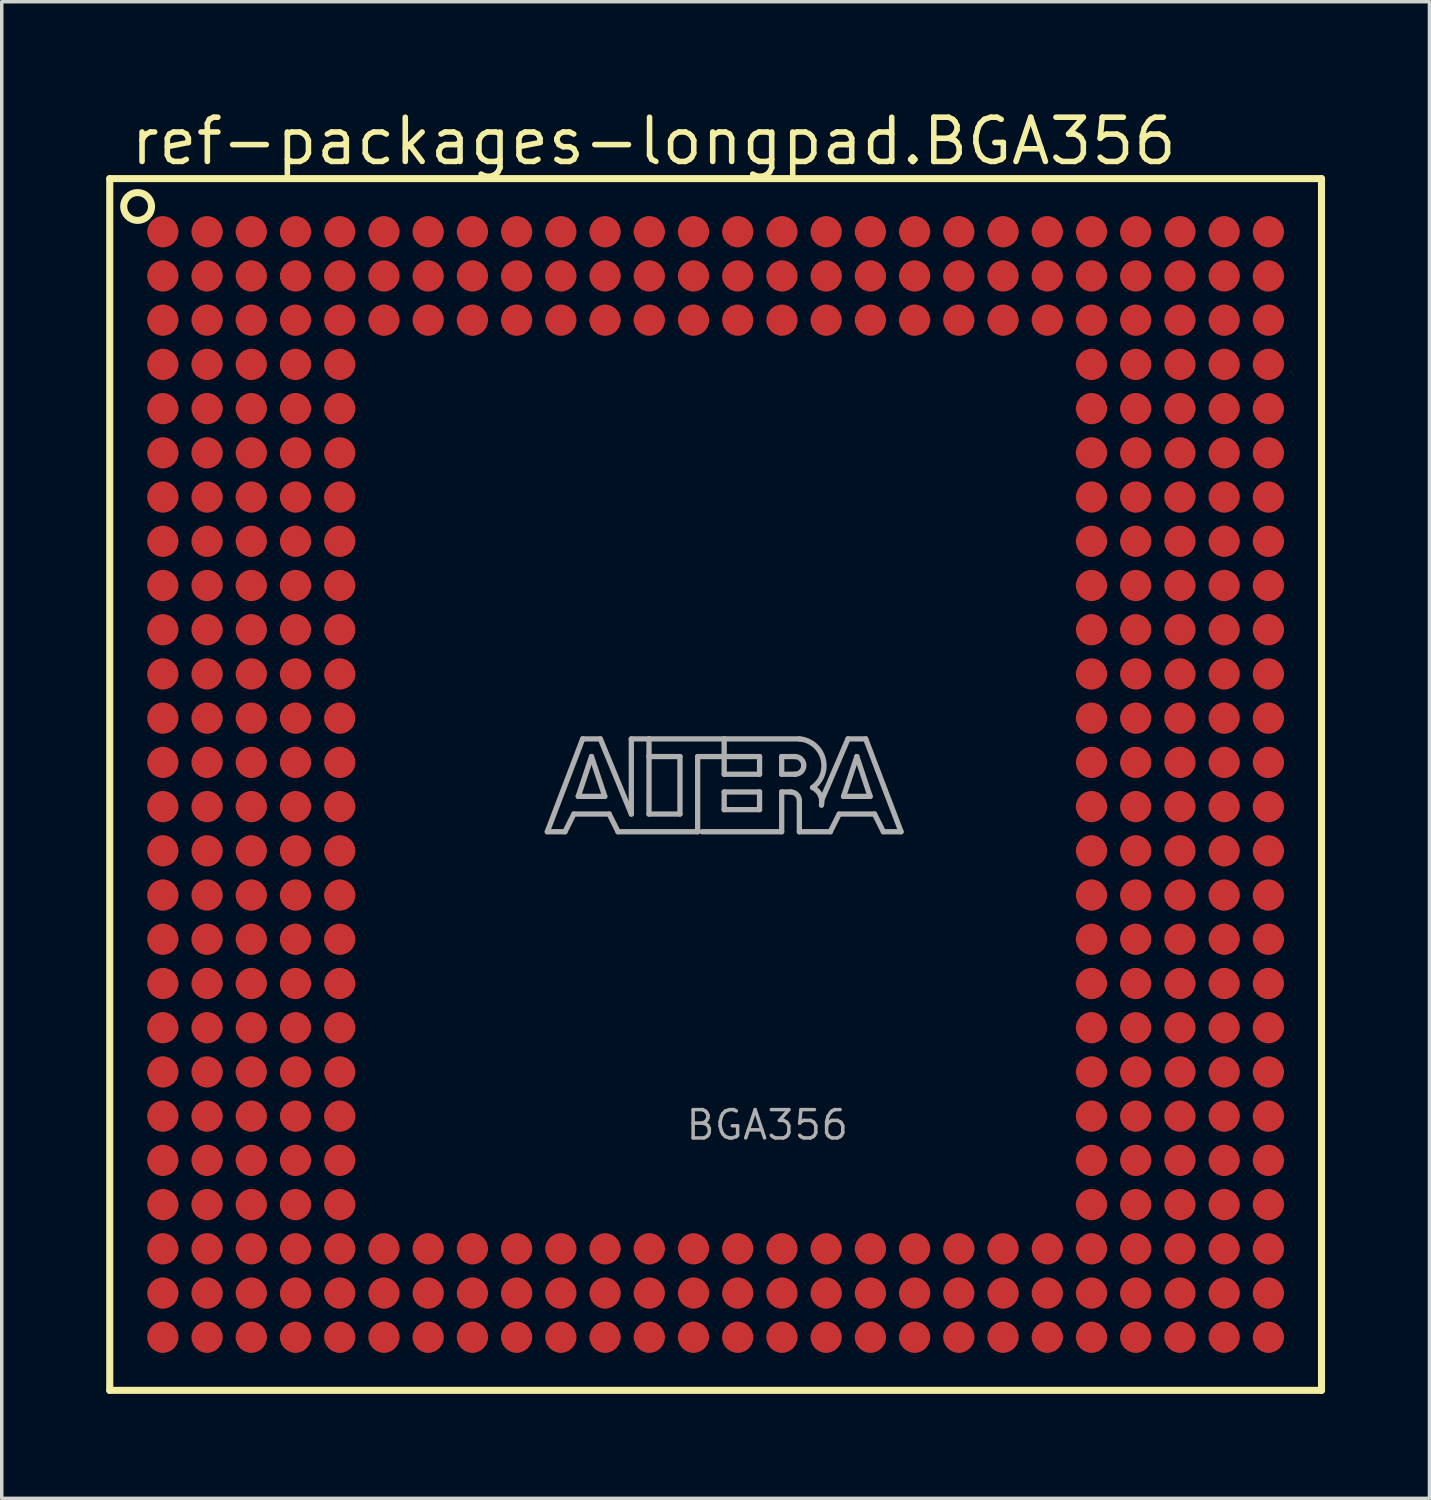
<source format=kicad_pcb>
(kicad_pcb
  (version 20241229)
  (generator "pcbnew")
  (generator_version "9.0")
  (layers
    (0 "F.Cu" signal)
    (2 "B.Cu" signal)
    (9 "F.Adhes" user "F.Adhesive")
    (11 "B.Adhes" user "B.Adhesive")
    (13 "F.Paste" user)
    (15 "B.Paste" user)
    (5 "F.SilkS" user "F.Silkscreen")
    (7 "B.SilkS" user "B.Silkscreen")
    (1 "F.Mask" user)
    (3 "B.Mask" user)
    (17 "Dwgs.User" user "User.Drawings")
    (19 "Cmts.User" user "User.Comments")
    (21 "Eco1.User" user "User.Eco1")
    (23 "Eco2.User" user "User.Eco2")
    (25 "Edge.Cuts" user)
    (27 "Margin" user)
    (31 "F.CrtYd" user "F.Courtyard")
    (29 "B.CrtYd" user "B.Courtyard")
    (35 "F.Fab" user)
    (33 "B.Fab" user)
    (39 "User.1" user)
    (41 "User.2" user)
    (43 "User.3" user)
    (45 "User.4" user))
  (footprint "ref-packages-longpad.BGA356"
    (layer "F.Cu")
    (at 17.502 19.48)
    (property "Reference" "ref-packages-longpad.BGA356" (at -16.88 -17.73 0) (layer "F.SilkS") (effects (font (size 1.27 1.27) (thickness 0.16)) (justify left bottom)))
    (attr smd)
    (fp_line (start -17.4 -17.4) (end -17.4 17.4) (stroke (width 0.203) (type default)) (layer "F.SilkS"))
    (fp_line (start -17.4 17.4) (end 17.4 17.4) (stroke (width 0.203) (type default)) (layer "F.SilkS"))
    (fp_line (start 17.4 -17.4) (end -17.4 -17.4) (stroke (width 0.203) (type default)) (layer "F.SilkS"))
    (fp_line (start 17.4 17.4) (end 17.4 -17.4) (stroke (width 0.203) (type default)) (layer "F.SilkS"))
    (fp_circle (center -16.6 -16.6) (end -16.2 -16.6) (stroke (width 0.203) (type default)) (fill no) (layer "F.SilkS"))
    (fp_line (start -4.834 1.357) (end -3.818 -1.31) (stroke (width 0.152) (type default)) (layer "F.Fab"))
    (fp_line (start -4.326 1.357) (end -4.834 1.357) (stroke (width 0.152) (type default)) (layer "F.Fab"))
    (fp_line (start -4.072 0.849) (end -4.326 1.357) (stroke (width 0.152) (type default)) (layer "F.Fab"))
    (fp_line (start -3.945 0.341) (end -3.183 0.341) (stroke (width 0.152) (type default)) (layer "F.Fab"))
    (fp_line (start -3.818 -1.31) (end -3.31 -1.31) (stroke (width 0.152) (type default)) (layer "F.Fab"))
    (fp_line (start -3.564 -0.802) (end -3.945 0.341) (stroke (width 0.152) (type default)) (layer "F.Fab"))
    (fp_line (start -3.31 -1.31) (end -2.421 0.849) (stroke (width 0.152) (type default)) (layer "F.Fab"))
    (fp_line (start -3.183 0.341) (end -3.564 -0.802) (stroke (width 0.152) (type default)) (layer "F.Fab"))
    (fp_line (start -3.056 0.849) (end -4.072 0.849) (stroke (width 0.152) (type default)) (layer "F.Fab"))
    (fp_line (start -2.802 1.357) (end -3.056 0.849) (stroke (width 0.152) (type default)) (layer "F.Fab"))
    (fp_line (start -2.421 -1.31) (end -1.913 -1.31) (stroke (width 0.152) (type default)) (layer "F.Fab"))
    (fp_line (start -2.421 0.849) (end -2.421 -1.31) (stroke (width 0.152) (type default)) (layer "F.Fab"))
    (fp_line (start -1.913 -1.31) (end -1.913 -0.802) (stroke (width 0.152) (type default)) (layer "F.Fab"))
    (fp_line (start -1.913 -1.31) (end 0.246 -1.31) (stroke (width 0.152) (type default)) (layer "F.Fab"))
    (fp_line (start -1.913 -0.802) (end -1.913 0.849) (stroke (width 0.152) (type default)) (layer "F.Fab"))
    (fp_line (start -1.913 0.849) (end -1.024 0.849) (stroke (width 0.152) (type default)) (layer "F.Fab"))
    (fp_line (start -1.024 -0.802) (end -1.913 -0.802) (stroke (width 0.152) (type default)) (layer "F.Fab"))
    (fp_line (start -1.024 0.849) (end -1.024 -0.802) (stroke (width 0.152) (type default)) (layer "F.Fab"))
    (fp_line (start -0.516 -0.802) (end -0.516 1.357) (stroke (width 0.152) (type default)) (layer "F.Fab"))
    (fp_line (start -0.516 1.357) (end -2.802 1.357) (stroke (width 0.152) (type default)) (layer "F.Fab"))
    (fp_line (start 0.246 -1.31) (end 0.246 -0.802) (stroke (width 0.152) (type default)) (layer "F.Fab"))
    (fp_line (start 0.246 -1.31) (end 2.405 -1.31) (stroke (width 0.152) (type default)) (layer "F.Fab"))
    (fp_line (start 0.246 -0.802) (end -0.516 -0.802) (stroke (width 0.152) (type default)) (layer "F.Fab"))
    (fp_line (start 0.246 -0.802) (end 0.246 -0.294) (stroke (width 0.152) (type default)) (layer "F.Fab"))
    (fp_line (start 0.246 -0.294) (end 1.262 -0.294) (stroke (width 0.152) (type default)) (layer "F.Fab"))
    (fp_line (start 0.246 0.214) (end 1.262 0.214) (stroke (width 0.152) (type default)) (layer "F.Fab"))
    (fp_line (start 0.246 0.722) (end 0.246 0.214) (stroke (width 0.152) (type default)) (layer "F.Fab"))
    (fp_line (start 1.262 -0.802) (end 0.246 -0.802) (stroke (width 0.152) (type default)) (layer "F.Fab"))
    (fp_line (start 1.262 -0.294) (end 1.262 -0.802) (stroke (width 0.152) (type default)) (layer "F.Fab"))
    (fp_line (start 1.262 0.214) (end 1.262 0.722) (stroke (width 0.152) (type default)) (layer "F.Fab"))
    (fp_line (start 1.262 0.722) (end 0.246 0.722) (stroke (width 0.152) (type default)) (layer "F.Fab"))
    (fp_line (start 1.897 -0.802) (end 1.897 -0.294) (stroke (width 0.152) (type default)) (layer "F.Fab"))
    (fp_line (start 1.897 -0.294) (end 2.278 -0.294) (stroke (width 0.152) (type default)) (layer "F.Fab"))
    (fp_line (start 1.897 0.214) (end 1.897 1.357) (stroke (width 0.152) (type default)) (layer "F.Fab"))
    (fp_line (start 1.897 0.214) (end 2.151 0.214) (stroke (width 0.152) (type default)) (layer "F.Fab"))
    (fp_line (start 1.897 1.357) (end -0.389 1.357) (stroke (width 0.152) (type default)) (layer "F.Fab"))
    (fp_line (start 2.278 -0.802) (end 1.897 -0.802) (stroke (width 0.152) (type default)) (layer "F.Fab"))
    (fp_line (start 2.405 0.468) (end 2.405 1.357) (stroke (width 0.152) (type default)) (layer "F.Fab"))
    (fp_line (start 2.405 1.357) (end 3.294 1.357) (stroke (width 0.152) (type default)) (layer "F.Fab"))
    (fp_line (start 3.294 1.357) (end 3.548 0.849) (stroke (width 0.152) (type default)) (layer "F.Fab"))
    (fp_line (start 3.548 0.849) (end 4.564 0.849) (stroke (width 0.152) (type default)) (layer "F.Fab"))
    (fp_line (start 3.675 0.341) (end 4.056 -0.802) (stroke (width 0.152) (type default)) (layer "F.Fab"))
    (fp_line (start 3.802 -1.31) (end 3.04 0.468) (stroke (width 0.152) (type default)) (layer "F.Fab"))
    (fp_line (start 4.056 -0.802) (end 4.437 0.341) (stroke (width 0.152) (type default)) (layer "F.Fab"))
    (fp_line (start 4.31 -1.31) (end 3.802 -1.31) (stroke (width 0.152) (type default)) (layer "F.Fab"))
    (fp_line (start 4.437 0.341) (end 3.675 0.341) (stroke (width 0.152) (type default)) (layer "F.Fab"))
    (fp_line (start 4.564 0.849) (end 4.818 1.357) (stroke (width 0.152) (type default)) (layer "F.Fab"))
    (fp_line (start 4.818 1.357) (end 5.326 1.357) (stroke (width 0.152) (type default)) (layer "F.Fab"))
    (fp_line (start 5.326 1.357) (end 4.31 -1.31) (stroke (width 0.152) (type default)) (layer "F.Fab"))
    (fp_arc (start 2.151 0.214) (mid 2.330605 0.288395) (end 2.405 0.468) (stroke (width 0.1524) (type default)) (layer "F.Fab"))
    (fp_arc (start 2.278 -0.802) (mid 2.532 -0.548) (end 2.278 -0.294) (stroke (width 0.1524) (type default)) (layer "F.Fab"))
    (fp_arc (start 2.405 -1.31) (mid 3.084953 -0.74477) (end 2.7861 0.0874) (stroke (width 0.1524) (type default)) (layer "F.Fab"))
    (fp_arc (start 2.7861 0.0871) (mid 3.002081 0.296587) (end 3.0398 0.5951) (stroke (width 0.1524) (type default)) (layer "F.Fab"))
    (fp_text user "BGA356" (at -0.905 10.255 0) (layer "F.Fab") (effects (font (size 0.813 0.813) (thickness 0.1)) (justify left bottom)))
    (pad "A1" smd roundrect (at -15.875 -15.875) (size 0.9 0.9) (layers "F.Cu" "F.Mask" "F.Paste") (roundrect_rratio 0.5))
    (pad "A2" smd roundrect (at -14.605 -15.875) (size 0.9 0.9) (layers "F.Cu" "F.Mask" "F.Paste") (roundrect_rratio 0.5))
    (pad "A3" smd roundrect (at -13.335 -15.875) (size 0.9 0.9) (layers "F.Cu" "F.Mask" "F.Paste") (roundrect_rratio 0.5))
    (pad "A4" smd roundrect (at -12.065 -15.875) (size 0.9 0.9) (layers "F.Cu" "F.Mask" "F.Paste") (roundrect_rratio 0.5))
    (pad "A5" smd roundrect (at -10.795 -15.875) (size 0.9 0.9) (layers "F.Cu" "F.Mask" "F.Paste") (roundrect_rratio 0.5))
    (pad "A6" smd roundrect (at -9.525 -15.875) (size 0.9 0.9) (layers "F.Cu" "F.Mask" "F.Paste") (roundrect_rratio 0.5))
    (pad "A7" smd roundrect (at -8.255 -15.875) (size 0.9 0.9) (layers "F.Cu" "F.Mask" "F.Paste") (roundrect_rratio 0.5))
    (pad "A8" smd roundrect (at -6.985 -15.875) (size 0.9 0.9) (layers "F.Cu" "F.Mask" "F.Paste") (roundrect_rratio 0.5))
    (pad "A9" smd roundrect (at -5.715 -15.875) (size 0.9 0.9) (layers "F.Cu" "F.Mask" "F.Paste") (roundrect_rratio 0.5))
    (pad "A10" smd roundrect (at -4.445 -15.875) (size 0.9 0.9) (layers "F.Cu" "F.Mask" "F.Paste") (roundrect_rratio 0.5))
    (pad "A11" smd roundrect (at -3.175 -15.875) (size 0.9 0.9) (layers "F.Cu" "F.Mask" "F.Paste") (roundrect_rratio 0.5))
    (pad "A12" smd roundrect (at -1.905 -15.875) (size 0.9 0.9) (layers "F.Cu" "F.Mask" "F.Paste") (roundrect_rratio 0.5))
    (pad "A13" smd roundrect (at -0.635 -15.875) (size 0.9 0.9) (layers "F.Cu" "F.Mask" "F.Paste") (roundrect_rratio 0.5))
    (pad "A14" smd roundrect (at 0.635 -15.875) (size 0.9 0.9) (layers "F.Cu" "F.Mask" "F.Paste") (roundrect_rratio 0.5))
    (pad "A15" smd roundrect (at 1.905 -15.875) (size 0.9 0.9) (layers "F.Cu" "F.Mask" "F.Paste") (roundrect_rratio 0.5))
    (pad "A16" smd roundrect (at 3.175 -15.875) (size 0.9 0.9) (layers "F.Cu" "F.Mask" "F.Paste") (roundrect_rratio 0.5))
    (pad "A17" smd roundrect (at 4.445 -15.875) (size 0.9 0.9) (layers "F.Cu" "F.Mask" "F.Paste") (roundrect_rratio 0.5))
    (pad "A18" smd roundrect (at 5.715 -15.875) (size 0.9 0.9) (layers "F.Cu" "F.Mask" "F.Paste") (roundrect_rratio 0.5))
    (pad "A19" smd roundrect (at 6.985 -15.875) (size 0.9 0.9) (layers "F.Cu" "F.Mask" "F.Paste") (roundrect_rratio 0.5))
    (pad "A20" smd roundrect (at 8.255 -15.875) (size 0.9 0.9) (layers "F.Cu" "F.Mask" "F.Paste") (roundrect_rratio 0.5))
    (pad "A21" smd roundrect (at 9.525 -15.875) (size 0.9 0.9) (layers "F.Cu" "F.Mask" "F.Paste") (roundrect_rratio 0.5))
    (pad "A22" smd roundrect (at 10.795 -15.875) (size 0.9 0.9) (layers "F.Cu" "F.Mask" "F.Paste") (roundrect_rratio 0.5))
    (pad "A23" smd roundrect (at 12.065 -15.875) (size 0.9 0.9) (layers "F.Cu" "F.Mask" "F.Paste") (roundrect_rratio 0.5))
    (pad "A24" smd roundrect (at 13.335 -15.875) (size 0.9 0.9) (layers "F.Cu" "F.Mask" "F.Paste") (roundrect_rratio 0.5))
    (pad "A25" smd roundrect (at 14.605 -15.875) (size 0.9 0.9) (layers "F.Cu" "F.Mask" "F.Paste") (roundrect_rratio 0.5))
    (pad "A26" smd roundrect (at 15.875 -15.875) (size 0.9 0.9) (layers "F.Cu" "F.Mask" "F.Paste") (roundrect_rratio 0.5))
    (pad "AA1" smd roundrect (at -15.875 9.525) (size 0.9 0.9) (layers "F.Cu" "F.Mask" "F.Paste") (roundrect_rratio 0.5))
    (pad "AA2" smd roundrect (at -14.605 9.525) (size 0.9 0.9) (layers "F.Cu" "F.Mask" "F.Paste") (roundrect_rratio 0.5))
    (pad "AA3" smd roundrect (at -13.335 9.525) (size 0.9 0.9) (layers "F.Cu" "F.Mask" "F.Paste") (roundrect_rratio 0.5))
    (pad "AA4" smd roundrect (at -12.065 9.525) (size 0.9 0.9) (layers "F.Cu" "F.Mask" "F.Paste") (roundrect_rratio 0.5))
    (pad "AA5" smd roundrect (at -10.795 9.525) (size 0.9 0.9) (layers "F.Cu" "F.Mask" "F.Paste") (roundrect_rratio 0.5))
    (pad "AA22" smd roundrect (at 10.795 9.525) (size 0.9 0.9) (layers "F.Cu" "F.Mask" "F.Paste") (roundrect_rratio 0.5))
    (pad "AA23" smd roundrect (at 12.065 9.525) (size 0.9 0.9) (layers "F.Cu" "F.Mask" "F.Paste") (roundrect_rratio 0.5))
    (pad "AA24" smd roundrect (at 13.335 9.525) (size 0.9 0.9) (layers "F.Cu" "F.Mask" "F.Paste") (roundrect_rratio 0.5))
    (pad "AA25" smd roundrect (at 14.605 9.525) (size 0.9 0.9) (layers "F.Cu" "F.Mask" "F.Paste") (roundrect_rratio 0.5))
    (pad "AA26" smd roundrect (at 15.875 9.525) (size 0.9 0.9) (layers "F.Cu" "F.Mask" "F.Paste") (roundrect_rratio 0.5))
    (pad "AB1" smd roundrect (at -15.875 10.795) (size 0.9 0.9) (layers "F.Cu" "F.Mask" "F.Paste") (roundrect_rratio 0.5))
    (pad "AB2" smd roundrect (at -14.605 10.795) (size 0.9 0.9) (layers "F.Cu" "F.Mask" "F.Paste") (roundrect_rratio 0.5))
    (pad "AB3" smd roundrect (at -13.335 10.795) (size 0.9 0.9) (layers "F.Cu" "F.Mask" "F.Paste") (roundrect_rratio 0.5))
    (pad "AB4" smd roundrect (at -12.065 10.795) (size 0.9 0.9) (layers "F.Cu" "F.Mask" "F.Paste") (roundrect_rratio 0.5))
    (pad "AB5" smd roundrect (at -10.795 10.795) (size 0.9 0.9) (layers "F.Cu" "F.Mask" "F.Paste") (roundrect_rratio 0.5))
    (pad "AB22" smd roundrect (at 10.795 10.795) (size 0.9 0.9) (layers "F.Cu" "F.Mask" "F.Paste") (roundrect_rratio 0.5))
    (pad "AB23" smd roundrect (at 12.065 10.795) (size 0.9 0.9) (layers "F.Cu" "F.Mask" "F.Paste") (roundrect_rratio 0.5))
    (pad "AB24" smd roundrect (at 13.335 10.795) (size 0.9 0.9) (layers "F.Cu" "F.Mask" "F.Paste") (roundrect_rratio 0.5))
    (pad "AB25" smd roundrect (at 14.605 10.795) (size 0.9 0.9) (layers "F.Cu" "F.Mask" "F.Paste") (roundrect_rratio 0.5))
    (pad "AB26" smd roundrect (at 15.875 10.795) (size 0.9 0.9) (layers "F.Cu" "F.Mask" "F.Paste") (roundrect_rratio 0.5))
    (pad "AC1" smd roundrect (at -15.875 12.065) (size 0.9 0.9) (layers "F.Cu" "F.Mask" "F.Paste") (roundrect_rratio 0.5))
    (pad "AC2" smd roundrect (at -14.605 12.065) (size 0.9 0.9) (layers "F.Cu" "F.Mask" "F.Paste") (roundrect_rratio 0.5))
    (pad "AC3" smd roundrect (at -13.335 12.065) (size 0.9 0.9) (layers "F.Cu" "F.Mask" "F.Paste") (roundrect_rratio 0.5))
    (pad "AC4" smd roundrect (at -12.065 12.065) (size 0.9 0.9) (layers "F.Cu" "F.Mask" "F.Paste") (roundrect_rratio 0.5))
    (pad "AC5" smd roundrect (at -10.795 12.065) (size 0.9 0.9) (layers "F.Cu" "F.Mask" "F.Paste") (roundrect_rratio 0.5))
    (pad "AC22" smd roundrect (at 10.795 12.065) (size 0.9 0.9) (layers "F.Cu" "F.Mask" "F.Paste") (roundrect_rratio 0.5))
    (pad "AC23" smd roundrect (at 12.065 12.065) (size 0.9 0.9) (layers "F.Cu" "F.Mask" "F.Paste") (roundrect_rratio 0.5))
    (pad "AC24" smd roundrect (at 13.335 12.065) (size 0.9 0.9) (layers "F.Cu" "F.Mask" "F.Paste") (roundrect_rratio 0.5))
    (pad "AC25" smd roundrect (at 14.605 12.065) (size 0.9 0.9) (layers "F.Cu" "F.Mask" "F.Paste") (roundrect_rratio 0.5))
    (pad "AC26" smd roundrect (at 15.875 12.065) (size 0.9 0.9) (layers "F.Cu" "F.Mask" "F.Paste") (roundrect_rratio 0.5))
    (pad "AD1" smd roundrect (at -15.875 13.335) (size 0.9 0.9) (layers "F.Cu" "F.Mask" "F.Paste") (roundrect_rratio 0.5))
    (pad "AD2" smd roundrect (at -14.605 13.335) (size 0.9 0.9) (layers "F.Cu" "F.Mask" "F.Paste") (roundrect_rratio 0.5))
    (pad "AD3" smd roundrect (at -13.335 13.335) (size 0.9 0.9) (layers "F.Cu" "F.Mask" "F.Paste") (roundrect_rratio 0.5))
    (pad "AD4" smd roundrect (at -12.065 13.335) (size 0.9 0.9) (layers "F.Cu" "F.Mask" "F.Paste") (roundrect_rratio 0.5))
    (pad "AD5" smd roundrect (at -10.795 13.335) (size 0.9 0.9) (layers "F.Cu" "F.Mask" "F.Paste") (roundrect_rratio 0.5))
    (pad "AD6" smd roundrect (at -9.525 13.335) (size 0.9 0.9) (layers "F.Cu" "F.Mask" "F.Paste") (roundrect_rratio 0.5))
    (pad "AD7" smd roundrect (at -8.255 13.335) (size 0.9 0.9) (layers "F.Cu" "F.Mask" "F.Paste") (roundrect_rratio 0.5))
    (pad "AD8" smd roundrect (at -6.985 13.335) (size 0.9 0.9) (layers "F.Cu" "F.Mask" "F.Paste") (roundrect_rratio 0.5))
    (pad "AD9" smd roundrect (at -5.715 13.335) (size 0.9 0.9) (layers "F.Cu" "F.Mask" "F.Paste") (roundrect_rratio 0.5))
    (pad "AD10" smd roundrect (at -4.445 13.335) (size 0.9 0.9) (layers "F.Cu" "F.Mask" "F.Paste") (roundrect_rratio 0.5))
    (pad "AD11" smd roundrect (at -3.175 13.335) (size 0.9 0.9) (layers "F.Cu" "F.Mask" "F.Paste") (roundrect_rratio 0.5))
    (pad "AD12" smd roundrect (at -1.905 13.335) (size 0.9 0.9) (layers "F.Cu" "F.Mask" "F.Paste") (roundrect_rratio 0.5))
    (pad "AD13" smd roundrect (at -0.635 13.335) (size 0.9 0.9) (layers "F.Cu" "F.Mask" "F.Paste") (roundrect_rratio 0.5))
    (pad "AD14" smd roundrect (at 0.635 13.335) (size 0.9 0.9) (layers "F.Cu" "F.Mask" "F.Paste") (roundrect_rratio 0.5))
    (pad "AD15" smd roundrect (at 1.905 13.335) (size 0.9 0.9) (layers "F.Cu" "F.Mask" "F.Paste") (roundrect_rratio 0.5))
    (pad "AD16" smd roundrect (at 3.175 13.335) (size 0.9 0.9) (layers "F.Cu" "F.Mask" "F.Paste") (roundrect_rratio 0.5))
    (pad "AD17" smd roundrect (at 4.445 13.335) (size 0.9 0.9) (layers "F.Cu" "F.Mask" "F.Paste") (roundrect_rratio 0.5))
    (pad "AD18" smd roundrect (at 5.715 13.335) (size 0.9 0.9) (layers "F.Cu" "F.Mask" "F.Paste") (roundrect_rratio 0.5))
    (pad "AD19" smd roundrect (at 6.985 13.335) (size 0.9 0.9) (layers "F.Cu" "F.Mask" "F.Paste") (roundrect_rratio 0.5))
    (pad "AD20" smd roundrect (at 8.255 13.335) (size 0.9 0.9) (layers "F.Cu" "F.Mask" "F.Paste") (roundrect_rratio 0.5))
    (pad "AD21" smd roundrect (at 9.525 13.335) (size 0.9 0.9) (layers "F.Cu" "F.Mask" "F.Paste") (roundrect_rratio 0.5))
    (pad "AD22" smd roundrect (at 10.795 13.335) (size 0.9 0.9) (layers "F.Cu" "F.Mask" "F.Paste") (roundrect_rratio 0.5))
    (pad "AD23" smd roundrect (at 12.065 13.335) (size 0.9 0.9) (layers "F.Cu" "F.Mask" "F.Paste") (roundrect_rratio 0.5))
    (pad "AD24" smd roundrect (at 13.335 13.335) (size 0.9 0.9) (layers "F.Cu" "F.Mask" "F.Paste") (roundrect_rratio 0.5))
    (pad "AD25" smd roundrect (at 14.605 13.335) (size 0.9 0.9) (layers "F.Cu" "F.Mask" "F.Paste") (roundrect_rratio 0.5))
    (pad "AD26" smd roundrect (at 15.875 13.335) (size 0.9 0.9) (layers "F.Cu" "F.Mask" "F.Paste") (roundrect_rratio 0.5))
    (pad "AE1" smd roundrect (at -15.875 14.605) (size 0.9 0.9) (layers "F.Cu" "F.Mask" "F.Paste") (roundrect_rratio 0.5))
    (pad "AE2" smd roundrect (at -14.605 14.605) (size 0.9 0.9) (layers "F.Cu" "F.Mask" "F.Paste") (roundrect_rratio 0.5))
    (pad "AE3" smd roundrect (at -13.335 14.605) (size 0.9 0.9) (layers "F.Cu" "F.Mask" "F.Paste") (roundrect_rratio 0.5))
    (pad "AE4" smd roundrect (at -12.065 14.605) (size 0.9 0.9) (layers "F.Cu" "F.Mask" "F.Paste") (roundrect_rratio 0.5))
    (pad "AE5" smd roundrect (at -10.795 14.605) (size 0.9 0.9) (layers "F.Cu" "F.Mask" "F.Paste") (roundrect_rratio 0.5))
    (pad "AE6" smd roundrect (at -9.525 14.605) (size 0.9 0.9) (layers "F.Cu" "F.Mask" "F.Paste") (roundrect_rratio 0.5))
    (pad "AE7" smd roundrect (at -8.255 14.605) (size 0.9 0.9) (layers "F.Cu" "F.Mask" "F.Paste") (roundrect_rratio 0.5))
    (pad "AE8" smd roundrect (at -6.985 14.605) (size 0.9 0.9) (layers "F.Cu" "F.Mask" "F.Paste") (roundrect_rratio 0.5))
    (pad "AE9" smd roundrect (at -5.715 14.605) (size 0.9 0.9) (layers "F.Cu" "F.Mask" "F.Paste") (roundrect_rratio 0.5))
    (pad "AE10" smd roundrect (at -4.445 14.605) (size 0.9 0.9) (layers "F.Cu" "F.Mask" "F.Paste") (roundrect_rratio 0.5))
    (pad "AE11" smd roundrect (at -3.175 14.605) (size 0.9 0.9) (layers "F.Cu" "F.Mask" "F.Paste") (roundrect_rratio 0.5))
    (pad "AE12" smd roundrect (at -1.905 14.605) (size 0.9 0.9) (layers "F.Cu" "F.Mask" "F.Paste") (roundrect_rratio 0.5))
    (pad "AE13" smd roundrect (at -0.635 14.605) (size 0.9 0.9) (layers "F.Cu" "F.Mask" "F.Paste") (roundrect_rratio 0.5))
    (pad "AE14" smd roundrect (at 0.635 14.605) (size 0.9 0.9) (layers "F.Cu" "F.Mask" "F.Paste") (roundrect_rratio 0.5))
    (pad "AE15" smd roundrect (at 1.905 14.605) (size 0.9 0.9) (layers "F.Cu" "F.Mask" "F.Paste") (roundrect_rratio 0.5))
    (pad "AE16" smd roundrect (at 3.175 14.605) (size 0.9 0.9) (layers "F.Cu" "F.Mask" "F.Paste") (roundrect_rratio 0.5))
    (pad "AE17" smd roundrect (at 4.445 14.605) (size 0.9 0.9) (layers "F.Cu" "F.Mask" "F.Paste") (roundrect_rratio 0.5))
    (pad "AE18" smd roundrect (at 5.715 14.605) (size 0.9 0.9) (layers "F.Cu" "F.Mask" "F.Paste") (roundrect_rratio 0.5))
    (pad "AE19" smd roundrect (at 6.985 14.605) (size 0.9 0.9) (layers "F.Cu" "F.Mask" "F.Paste") (roundrect_rratio 0.5))
    (pad "AE20" smd roundrect (at 8.255 14.605) (size 0.9 0.9) (layers "F.Cu" "F.Mask" "F.Paste") (roundrect_rratio 0.5))
    (pad "AE21" smd roundrect (at 9.525 14.605) (size 0.9 0.9) (layers "F.Cu" "F.Mask" "F.Paste") (roundrect_rratio 0.5))
    (pad "AE22" smd roundrect (at 10.795 14.605) (size 0.9 0.9) (layers "F.Cu" "F.Mask" "F.Paste") (roundrect_rratio 0.5))
    (pad "AE23" smd roundrect (at 12.065 14.605) (size 0.9 0.9) (layers "F.Cu" "F.Mask" "F.Paste") (roundrect_rratio 0.5))
    (pad "AE24" smd roundrect (at 13.335 14.605) (size 0.9 0.9) (layers "F.Cu" "F.Mask" "F.Paste") (roundrect_rratio 0.5))
    (pad "AE25" smd roundrect (at 14.605 14.605) (size 0.9 0.9) (layers "F.Cu" "F.Mask" "F.Paste") (roundrect_rratio 0.5))
    (pad "AE26" smd roundrect (at 15.875 14.605) (size 0.9 0.9) (layers "F.Cu" "F.Mask" "F.Paste") (roundrect_rratio 0.5))
    (pad "AF1" smd roundrect (at -15.875 15.875) (size 0.9 0.9) (layers "F.Cu" "F.Mask" "F.Paste") (roundrect_rratio 0.5))
    (pad "AF2" smd roundrect (at -14.605 15.875) (size 0.9 0.9) (layers "F.Cu" "F.Mask" "F.Paste") (roundrect_rratio 0.5))
    (pad "AF3" smd roundrect (at -13.335 15.875) (size 0.9 0.9) (layers "F.Cu" "F.Mask" "F.Paste") (roundrect_rratio 0.5))
    (pad "AF4" smd roundrect (at -12.065 15.875) (size 0.9 0.9) (layers "F.Cu" "F.Mask" "F.Paste") (roundrect_rratio 0.5))
    (pad "AF5" smd roundrect (at -10.795 15.875) (size 0.9 0.9) (layers "F.Cu" "F.Mask" "F.Paste") (roundrect_rratio 0.5))
    (pad "AF6" smd roundrect (at -9.525 15.875) (size 0.9 0.9) (layers "F.Cu" "F.Mask" "F.Paste") (roundrect_rratio 0.5))
    (pad "AF7" smd roundrect (at -8.255 15.875) (size 0.9 0.9) (layers "F.Cu" "F.Mask" "F.Paste") (roundrect_rratio 0.5))
    (pad "AF8" smd roundrect (at -6.985 15.875) (size 0.9 0.9) (layers "F.Cu" "F.Mask" "F.Paste") (roundrect_rratio 0.5))
    (pad "AF9" smd roundrect (at -5.715 15.875) (size 0.9 0.9) (layers "F.Cu" "F.Mask" "F.Paste") (roundrect_rratio 0.5))
    (pad "AF10" smd roundrect (at -4.445 15.875) (size 0.9 0.9) (layers "F.Cu" "F.Mask" "F.Paste") (roundrect_rratio 0.5))
    (pad "AF11" smd roundrect (at -3.175 15.875) (size 0.9 0.9) (layers "F.Cu" "F.Mask" "F.Paste") (roundrect_rratio 0.5))
    (pad "AF12" smd roundrect (at -1.905 15.875) (size 0.9 0.9) (layers "F.Cu" "F.Mask" "F.Paste") (roundrect_rratio 0.5))
    (pad "AF13" smd roundrect (at -0.635 15.875) (size 0.9 0.9) (layers "F.Cu" "F.Mask" "F.Paste") (roundrect_rratio 0.5))
    (pad "AF14" smd roundrect (at 0.635 15.875) (size 0.9 0.9) (layers "F.Cu" "F.Mask" "F.Paste") (roundrect_rratio 0.5))
    (pad "AF15" smd roundrect (at 1.905 15.875) (size 0.9 0.9) (layers "F.Cu" "F.Mask" "F.Paste") (roundrect_rratio 0.5))
    (pad "AF16" smd roundrect (at 3.175 15.875) (size 0.9 0.9) (layers "F.Cu" "F.Mask" "F.Paste") (roundrect_rratio 0.5))
    (pad "AF17" smd roundrect (at 4.445 15.875) (size 0.9 0.9) (layers "F.Cu" "F.Mask" "F.Paste") (roundrect_rratio 0.5))
    (pad "AF18" smd roundrect (at 5.715 15.875) (size 0.9 0.9) (layers "F.Cu" "F.Mask" "F.Paste") (roundrect_rratio 0.5))
    (pad "AF19" smd roundrect (at 6.985 15.875) (size 0.9 0.9) (layers "F.Cu" "F.Mask" "F.Paste") (roundrect_rratio 0.5))
    (pad "AF20" smd roundrect (at 8.255 15.875) (size 0.9 0.9) (layers "F.Cu" "F.Mask" "F.Paste") (roundrect_rratio 0.5))
    (pad "AF21" smd roundrect (at 9.525 15.875) (size 0.9 0.9) (layers "F.Cu" "F.Mask" "F.Paste") (roundrect_rratio 0.5))
    (pad "AF22" smd roundrect (at 10.795 15.875) (size 0.9 0.9) (layers "F.Cu" "F.Mask" "F.Paste") (roundrect_rratio 0.5))
    (pad "AF23" smd roundrect (at 12.065 15.875) (size 0.9 0.9) (layers "F.Cu" "F.Mask" "F.Paste") (roundrect_rratio 0.5))
    (pad "AF24" smd roundrect (at 13.335 15.875) (size 0.9 0.9) (layers "F.Cu" "F.Mask" "F.Paste") (roundrect_rratio 0.5))
    (pad "AF25" smd roundrect (at 14.605 15.875) (size 0.9 0.9) (layers "F.Cu" "F.Mask" "F.Paste") (roundrect_rratio 0.5))
    (pad "AF26" smd roundrect (at 15.875 15.875) (size 0.9 0.9) (layers "F.Cu" "F.Mask" "F.Paste") (roundrect_rratio 0.5))
    (pad "B1" smd roundrect (at -15.875 -14.605) (size 0.9 0.9) (layers "F.Cu" "F.Mask" "F.Paste") (roundrect_rratio 0.5))
    (pad "B2" smd roundrect (at -14.605 -14.605) (size 0.9 0.9) (layers "F.Cu" "F.Mask" "F.Paste") (roundrect_rratio 0.5))
    (pad "B3" smd roundrect (at -13.335 -14.605) (size 0.9 0.9) (layers "F.Cu" "F.Mask" "F.Paste") (roundrect_rratio 0.5))
    (pad "B4" smd roundrect (at -12.065 -14.605) (size 0.9 0.9) (layers "F.Cu" "F.Mask" "F.Paste") (roundrect_rratio 0.5))
    (pad "B5" smd roundrect (at -10.795 -14.605) (size 0.9 0.9) (layers "F.Cu" "F.Mask" "F.Paste") (roundrect_rratio 0.5))
    (pad "B6" smd roundrect (at -9.525 -14.605) (size 0.9 0.9) (layers "F.Cu" "F.Mask" "F.Paste") (roundrect_rratio 0.5))
    (pad "B7" smd roundrect (at -8.255 -14.605) (size 0.9 0.9) (layers "F.Cu" "F.Mask" "F.Paste") (roundrect_rratio 0.5))
    (pad "B8" smd roundrect (at -6.985 -14.605) (size 0.9 0.9) (layers "F.Cu" "F.Mask" "F.Paste") (roundrect_rratio 0.5))
    (pad "B9" smd roundrect (at -5.715 -14.605) (size 0.9 0.9) (layers "F.Cu" "F.Mask" "F.Paste") (roundrect_rratio 0.5))
    (pad "B10" smd roundrect (at -4.445 -14.605) (size 0.9 0.9) (layers "F.Cu" "F.Mask" "F.Paste") (roundrect_rratio 0.5))
    (pad "B11" smd roundrect (at -3.175 -14.605) (size 0.9 0.9) (layers "F.Cu" "F.Mask" "F.Paste") (roundrect_rratio 0.5))
    (pad "B12" smd roundrect (at -1.905 -14.605) (size 0.9 0.9) (layers "F.Cu" "F.Mask" "F.Paste") (roundrect_rratio 0.5))
    (pad "B13" smd roundrect (at -0.635 -14.605) (size 0.9 0.9) (layers "F.Cu" "F.Mask" "F.Paste") (roundrect_rratio 0.5))
    (pad "B14" smd roundrect (at 0.635 -14.605) (size 0.9 0.9) (layers "F.Cu" "F.Mask" "F.Paste") (roundrect_rratio 0.5))
    (pad "B15" smd roundrect (at 1.905 -14.605) (size 0.9 0.9) (layers "F.Cu" "F.Mask" "F.Paste") (roundrect_rratio 0.5))
    (pad "B16" smd roundrect (at 3.175 -14.605) (size 0.9 0.9) (layers "F.Cu" "F.Mask" "F.Paste") (roundrect_rratio 0.5))
    (pad "B17" smd roundrect (at 4.445 -14.605) (size 0.9 0.9) (layers "F.Cu" "F.Mask" "F.Paste") (roundrect_rratio 0.5))
    (pad "B18" smd roundrect (at 5.715 -14.605) (size 0.9 0.9) (layers "F.Cu" "F.Mask" "F.Paste") (roundrect_rratio 0.5))
    (pad "B19" smd roundrect (at 6.985 -14.605) (size 0.9 0.9) (layers "F.Cu" "F.Mask" "F.Paste") (roundrect_rratio 0.5))
    (pad "B20" smd roundrect (at 8.255 -14.605) (size 0.9 0.9) (layers "F.Cu" "F.Mask" "F.Paste") (roundrect_rratio 0.5))
    (pad "B21" smd roundrect (at 9.525 -14.605) (size 0.9 0.9) (layers "F.Cu" "F.Mask" "F.Paste") (roundrect_rratio 0.5))
    (pad "B22" smd roundrect (at 10.795 -14.605) (size 0.9 0.9) (layers "F.Cu" "F.Mask" "F.Paste") (roundrect_rratio 0.5))
    (pad "B23" smd roundrect (at 12.065 -14.605) (size 0.9 0.9) (layers "F.Cu" "F.Mask" "F.Paste") (roundrect_rratio 0.5))
    (pad "B24" smd roundrect (at 13.335 -14.605) (size 0.9 0.9) (layers "F.Cu" "F.Mask" "F.Paste") (roundrect_rratio 0.5))
    (pad "B25" smd roundrect (at 14.605 -14.605) (size 0.9 0.9) (layers "F.Cu" "F.Mask" "F.Paste") (roundrect_rratio 0.5))
    (pad "B26" smd roundrect (at 15.875 -14.605) (size 0.9 0.9) (layers "F.Cu" "F.Mask" "F.Paste") (roundrect_rratio 0.5))
    (pad "C1" smd roundrect (at -15.875 -13.335) (size 0.9 0.9) (layers "F.Cu" "F.Mask" "F.Paste") (roundrect_rratio 0.5))
    (pad "C2" smd roundrect (at -14.605 -13.335) (size 0.9 0.9) (layers "F.Cu" "F.Mask" "F.Paste") (roundrect_rratio 0.5))
    (pad "C3" smd roundrect (at -13.335 -13.335) (size 0.9 0.9) (layers "F.Cu" "F.Mask" "F.Paste") (roundrect_rratio 0.5))
    (pad "C4" smd roundrect (at -12.065 -13.335) (size 0.9 0.9) (layers "F.Cu" "F.Mask" "F.Paste") (roundrect_rratio 0.5))
    (pad "C5" smd roundrect (at -10.795 -13.335) (size 0.9 0.9) (layers "F.Cu" "F.Mask" "F.Paste") (roundrect_rratio 0.5))
    (pad "C6" smd roundrect (at -9.525 -13.335) (size 0.9 0.9) (layers "F.Cu" "F.Mask" "F.Paste") (roundrect_rratio 0.5))
    (pad "C7" smd roundrect (at -8.255 -13.335) (size 0.9 0.9) (layers "F.Cu" "F.Mask" "F.Paste") (roundrect_rratio 0.5))
    (pad "C8" smd roundrect (at -6.985 -13.335) (size 0.9 0.9) (layers "F.Cu" "F.Mask" "F.Paste") (roundrect_rratio 0.5))
    (pad "C9" smd roundrect (at -5.715 -13.335) (size 0.9 0.9) (layers "F.Cu" "F.Mask" "F.Paste") (roundrect_rratio 0.5))
    (pad "C10" smd roundrect (at -4.445 -13.335) (size 0.9 0.9) (layers "F.Cu" "F.Mask" "F.Paste") (roundrect_rratio 0.5))
    (pad "C11" smd roundrect (at -3.175 -13.335) (size 0.9 0.9) (layers "F.Cu" "F.Mask" "F.Paste") (roundrect_rratio 0.5))
    (pad "C12" smd roundrect (at -1.905 -13.335) (size 0.9 0.9) (layers "F.Cu" "F.Mask" "F.Paste") (roundrect_rratio 0.5))
    (pad "C13" smd roundrect (at -0.635 -13.335) (size 0.9 0.9) (layers "F.Cu" "F.Mask" "F.Paste") (roundrect_rratio 0.5))
    (pad "C14" smd roundrect (at 0.635 -13.335) (size 0.9 0.9) (layers "F.Cu" "F.Mask" "F.Paste") (roundrect_rratio 0.5))
    (pad "C15" smd roundrect (at 1.905 -13.335) (size 0.9 0.9) (layers "F.Cu" "F.Mask" "F.Paste") (roundrect_rratio 0.5))
    (pad "C16" smd roundrect (at 3.175 -13.335) (size 0.9 0.9) (layers "F.Cu" "F.Mask" "F.Paste") (roundrect_rratio 0.5))
    (pad "C17" smd roundrect (at 4.445 -13.335) (size 0.9 0.9) (layers "F.Cu" "F.Mask" "F.Paste") (roundrect_rratio 0.5))
    (pad "C18" smd roundrect (at 5.715 -13.335) (size 0.9 0.9) (layers "F.Cu" "F.Mask" "F.Paste") (roundrect_rratio 0.5))
    (pad "C19" smd roundrect (at 6.985 -13.335) (size 0.9 0.9) (layers "F.Cu" "F.Mask" "F.Paste") (roundrect_rratio 0.5))
    (pad "C20" smd roundrect (at 8.255 -13.335) (size 0.9 0.9) (layers "F.Cu" "F.Mask" "F.Paste") (roundrect_rratio 0.5))
    (pad "C21" smd roundrect (at 9.525 -13.335) (size 0.9 0.9) (layers "F.Cu" "F.Mask" "F.Paste") (roundrect_rratio 0.5))
    (pad "C22" smd roundrect (at 10.795 -13.335) (size 0.9 0.9) (layers "F.Cu" "F.Mask" "F.Paste") (roundrect_rratio 0.5))
    (pad "C23" smd roundrect (at 12.065 -13.335) (size 0.9 0.9) (layers "F.Cu" "F.Mask" "F.Paste") (roundrect_rratio 0.5))
    (pad "C24" smd roundrect (at 13.335 -13.335) (size 0.9 0.9) (layers "F.Cu" "F.Mask" "F.Paste") (roundrect_rratio 0.5))
    (pad "C25" smd roundrect (at 14.605 -13.335) (size 0.9 0.9) (layers "F.Cu" "F.Mask" "F.Paste") (roundrect_rratio 0.5))
    (pad "C26" smd roundrect (at 15.875 -13.335) (size 0.9 0.9) (layers "F.Cu" "F.Mask" "F.Paste") (roundrect_rratio 0.5))
    (pad "D1" smd roundrect (at -15.875 -12.065) (size 0.9 0.9) (layers "F.Cu" "F.Mask" "F.Paste") (roundrect_rratio 0.5))
    (pad "D2" smd roundrect (at -14.605 -12.065) (size 0.9 0.9) (layers "F.Cu" "F.Mask" "F.Paste") (roundrect_rratio 0.5))
    (pad "D3" smd roundrect (at -13.335 -12.065) (size 0.9 0.9) (layers "F.Cu" "F.Mask" "F.Paste") (roundrect_rratio 0.5))
    (pad "D4" smd roundrect (at -12.065 -12.065) (size 0.9 0.9) (layers "F.Cu" "F.Mask" "F.Paste") (roundrect_rratio 0.5))
    (pad "D5" smd roundrect (at -10.795 -12.065) (size 0.9 0.9) (layers "F.Cu" "F.Mask" "F.Paste") (roundrect_rratio 0.5))
    (pad "D22" smd roundrect (at 10.795 -12.065) (size 0.9 0.9) (layers "F.Cu" "F.Mask" "F.Paste") (roundrect_rratio 0.5))
    (pad "D23" smd roundrect (at 12.065 -12.065) (size 0.9 0.9) (layers "F.Cu" "F.Mask" "F.Paste") (roundrect_rratio 0.5))
    (pad "D24" smd roundrect (at 13.335 -12.065) (size 0.9 0.9) (layers "F.Cu" "F.Mask" "F.Paste") (roundrect_rratio 0.5))
    (pad "D25" smd roundrect (at 14.605 -12.065) (size 0.9 0.9) (layers "F.Cu" "F.Mask" "F.Paste") (roundrect_rratio 0.5))
    (pad "D26" smd roundrect (at 15.875 -12.065) (size 0.9 0.9) (layers "F.Cu" "F.Mask" "F.Paste") (roundrect_rratio 0.5))
    (pad "E1" smd roundrect (at -15.875 -10.795) (size 0.9 0.9) (layers "F.Cu" "F.Mask" "F.Paste") (roundrect_rratio 0.5))
    (pad "E2" smd roundrect (at -14.605 -10.795) (size 0.9 0.9) (layers "F.Cu" "F.Mask" "F.Paste") (roundrect_rratio 0.5))
    (pad "E3" smd roundrect (at -13.335 -10.795) (size 0.9 0.9) (layers "F.Cu" "F.Mask" "F.Paste") (roundrect_rratio 0.5))
    (pad "E4" smd roundrect (at -12.065 -10.795) (size 0.9 0.9) (layers "F.Cu" "F.Mask" "F.Paste") (roundrect_rratio 0.5))
    (pad "E5" smd roundrect (at -10.795 -10.795) (size 0.9 0.9) (layers "F.Cu" "F.Mask" "F.Paste") (roundrect_rratio 0.5))
    (pad "E22" smd roundrect (at 10.795 -10.795) (size 0.9 0.9) (layers "F.Cu" "F.Mask" "F.Paste") (roundrect_rratio 0.5))
    (pad "E23" smd roundrect (at 12.065 -10.795) (size 0.9 0.9) (layers "F.Cu" "F.Mask" "F.Paste") (roundrect_rratio 0.5))
    (pad "E24" smd roundrect (at 13.335 -10.795) (size 0.9 0.9) (layers "F.Cu" "F.Mask" "F.Paste") (roundrect_rratio 0.5))
    (pad "E25" smd roundrect (at 14.605 -10.795) (size 0.9 0.9) (layers "F.Cu" "F.Mask" "F.Paste") (roundrect_rratio 0.5))
    (pad "E26" smd roundrect (at 15.875 -10.795) (size 0.9 0.9) (layers "F.Cu" "F.Mask" "F.Paste") (roundrect_rratio 0.5))
    (pad "F1" smd roundrect (at -15.875 -9.525) (size 0.9 0.9) (layers "F.Cu" "F.Mask" "F.Paste") (roundrect_rratio 0.5))
    (pad "F2" smd roundrect (at -14.605 -9.525) (size 0.9 0.9) (layers "F.Cu" "F.Mask" "F.Paste") (roundrect_rratio 0.5))
    (pad "F3" smd roundrect (at -13.335 -9.525) (size 0.9 0.9) (layers "F.Cu" "F.Mask" "F.Paste") (roundrect_rratio 0.5))
    (pad "F4" smd roundrect (at -12.065 -9.525) (size 0.9 0.9) (layers "F.Cu" "F.Mask" "F.Paste") (roundrect_rratio 0.5))
    (pad "F5" smd roundrect (at -10.795 -9.525) (size 0.9 0.9) (layers "F.Cu" "F.Mask" "F.Paste") (roundrect_rratio 0.5))
    (pad "F22" smd roundrect (at 10.795 -9.525) (size 0.9 0.9) (layers "F.Cu" "F.Mask" "F.Paste") (roundrect_rratio 0.5))
    (pad "F23" smd roundrect (at 12.065 -9.525) (size 0.9 0.9) (layers "F.Cu" "F.Mask" "F.Paste") (roundrect_rratio 0.5))
    (pad "F24" smd roundrect (at 13.335 -9.525) (size 0.9 0.9) (layers "F.Cu" "F.Mask" "F.Paste") (roundrect_rratio 0.5))
    (pad "F25" smd roundrect (at 14.605 -9.525) (size 0.9 0.9) (layers "F.Cu" "F.Mask" "F.Paste") (roundrect_rratio 0.5))
    (pad "F26" smd roundrect (at 15.875 -9.525) (size 0.9 0.9) (layers "F.Cu" "F.Mask" "F.Paste") (roundrect_rratio 0.5))
    (pad "G1" smd roundrect (at -15.875 -8.255) (size 0.9 0.9) (layers "F.Cu" "F.Mask" "F.Paste") (roundrect_rratio 0.5))
    (pad "G2" smd roundrect (at -14.605 -8.255) (size 0.9 0.9) (layers "F.Cu" "F.Mask" "F.Paste") (roundrect_rratio 0.5))
    (pad "G3" smd roundrect (at -13.335 -8.255) (size 0.9 0.9) (layers "F.Cu" "F.Mask" "F.Paste") (roundrect_rratio 0.5))
    (pad "G4" smd roundrect (at -12.065 -8.255) (size 0.9 0.9) (layers "F.Cu" "F.Mask" "F.Paste") (roundrect_rratio 0.5))
    (pad "G5" smd roundrect (at -10.795 -8.255) (size 0.9 0.9) (layers "F.Cu" "F.Mask" "F.Paste") (roundrect_rratio 0.5))
    (pad "G22" smd roundrect (at 10.795 -8.255) (size 0.9 0.9) (layers "F.Cu" "F.Mask" "F.Paste") (roundrect_rratio 0.5))
    (pad "G23" smd roundrect (at 12.065 -8.255) (size 0.9 0.9) (layers "F.Cu" "F.Mask" "F.Paste") (roundrect_rratio 0.5))
    (pad "G24" smd roundrect (at 13.335 -8.255) (size 0.9 0.9) (layers "F.Cu" "F.Mask" "F.Paste") (roundrect_rratio 0.5))
    (pad "G25" smd roundrect (at 14.605 -8.255) (size 0.9 0.9) (layers "F.Cu" "F.Mask" "F.Paste") (roundrect_rratio 0.5))
    (pad "G26" smd roundrect (at 15.875 -8.255) (size 0.9 0.9) (layers "F.Cu" "F.Mask" "F.Paste") (roundrect_rratio 0.5))
    (pad "H1" smd roundrect (at -15.875 -6.985) (size 0.9 0.9) (layers "F.Cu" "F.Mask" "F.Paste") (roundrect_rratio 0.5))
    (pad "H2" smd roundrect (at -14.605 -6.985) (size 0.9 0.9) (layers "F.Cu" "F.Mask" "F.Paste") (roundrect_rratio 0.5))
    (pad "H3" smd roundrect (at -13.335 -6.985) (size 0.9 0.9) (layers "F.Cu" "F.Mask" "F.Paste") (roundrect_rratio 0.5))
    (pad "H4" smd roundrect (at -12.065 -6.985) (size 0.9 0.9) (layers "F.Cu" "F.Mask" "F.Paste") (roundrect_rratio 0.5))
    (pad "H5" smd roundrect (at -10.795 -6.985) (size 0.9 0.9) (layers "F.Cu" "F.Mask" "F.Paste") (roundrect_rratio 0.5))
    (pad "H22" smd roundrect (at 10.795 -6.985) (size 0.9 0.9) (layers "F.Cu" "F.Mask" "F.Paste") (roundrect_rratio 0.5))
    (pad "H23" smd roundrect (at 12.065 -6.985) (size 0.9 0.9) (layers "F.Cu" "F.Mask" "F.Paste") (roundrect_rratio 0.5))
    (pad "H24" smd roundrect (at 13.335 -6.985) (size 0.9 0.9) (layers "F.Cu" "F.Mask" "F.Paste") (roundrect_rratio 0.5))
    (pad "H25" smd roundrect (at 14.605 -6.985) (size 0.9 0.9) (layers "F.Cu" "F.Mask" "F.Paste") (roundrect_rratio 0.5))
    (pad "H26" smd roundrect (at 15.875 -6.985) (size 0.9 0.9) (layers "F.Cu" "F.Mask" "F.Paste") (roundrect_rratio 0.5))
    (pad "J1" smd roundrect (at -15.875 -5.715) (size 0.9 0.9) (layers "F.Cu" "F.Mask" "F.Paste") (roundrect_rratio 0.5))
    (pad "J2" smd roundrect (at -14.605 -5.715) (size 0.9 0.9) (layers "F.Cu" "F.Mask" "F.Paste") (roundrect_rratio 0.5))
    (pad "J3" smd roundrect (at -13.335 -5.715) (size 0.9 0.9) (layers "F.Cu" "F.Mask" "F.Paste") (roundrect_rratio 0.5))
    (pad "J4" smd roundrect (at -12.065 -5.715) (size 0.9 0.9) (layers "F.Cu" "F.Mask" "F.Paste") (roundrect_rratio 0.5))
    (pad "J5" smd roundrect (at -10.795 -5.715) (size 0.9 0.9) (layers "F.Cu" "F.Mask" "F.Paste") (roundrect_rratio 0.5))
    (pad "J22" smd roundrect (at 10.795 -5.715) (size 0.9 0.9) (layers "F.Cu" "F.Mask" "F.Paste") (roundrect_rratio 0.5))
    (pad "J23" smd roundrect (at 12.065 -5.715) (size 0.9 0.9) (layers "F.Cu" "F.Mask" "F.Paste") (roundrect_rratio 0.5))
    (pad "J24" smd roundrect (at 13.335 -5.715) (size 0.9 0.9) (layers "F.Cu" "F.Mask" "F.Paste") (roundrect_rratio 0.5))
    (pad "J25" smd roundrect (at 14.605 -5.715) (size 0.9 0.9) (layers "F.Cu" "F.Mask" "F.Paste") (roundrect_rratio 0.5))
    (pad "J26" smd roundrect (at 15.875 -5.715) (size 0.9 0.9) (layers "F.Cu" "F.Mask" "F.Paste") (roundrect_rratio 0.5))
    (pad "K1" smd roundrect (at -15.875 -4.445) (size 0.9 0.9) (layers "F.Cu" "F.Mask" "F.Paste") (roundrect_rratio 0.5))
    (pad "K2" smd roundrect (at -14.605 -4.445) (size 0.9 0.9) (layers "F.Cu" "F.Mask" "F.Paste") (roundrect_rratio 0.5))
    (pad "K3" smd roundrect (at -13.335 -4.445) (size 0.9 0.9) (layers "F.Cu" "F.Mask" "F.Paste") (roundrect_rratio 0.5))
    (pad "K4" smd roundrect (at -12.065 -4.445) (size 0.9 0.9) (layers "F.Cu" "F.Mask" "F.Paste") (roundrect_rratio 0.5))
    (pad "K5" smd roundrect (at -10.795 -4.445) (size 0.9 0.9) (layers "F.Cu" "F.Mask" "F.Paste") (roundrect_rratio 0.5))
    (pad "K22" smd roundrect (at 10.795 -4.445) (size 0.9 0.9) (layers "F.Cu" "F.Mask" "F.Paste") (roundrect_rratio 0.5))
    (pad "K23" smd roundrect (at 12.065 -4.445) (size 0.9 0.9) (layers "F.Cu" "F.Mask" "F.Paste") (roundrect_rratio 0.5))
    (pad "K24" smd roundrect (at 13.335 -4.445) (size 0.9 0.9) (layers "F.Cu" "F.Mask" "F.Paste") (roundrect_rratio 0.5))
    (pad "K25" smd roundrect (at 14.605 -4.445) (size 0.9 0.9) (layers "F.Cu" "F.Mask" "F.Paste") (roundrect_rratio 0.5))
    (pad "K26" smd roundrect (at 15.875 -4.445) (size 0.9 0.9) (layers "F.Cu" "F.Mask" "F.Paste") (roundrect_rratio 0.5))
    (pad "L1" smd roundrect (at -15.875 -3.175) (size 0.9 0.9) (layers "F.Cu" "F.Mask" "F.Paste") (roundrect_rratio 0.5))
    (pad "L2" smd roundrect (at -14.605 -3.175) (size 0.9 0.9) (layers "F.Cu" "F.Mask" "F.Paste") (roundrect_rratio 0.5))
    (pad "L3" smd roundrect (at -13.335 -3.175) (size 0.9 0.9) (layers "F.Cu" "F.Mask" "F.Paste") (roundrect_rratio 0.5))
    (pad "L4" smd roundrect (at -12.065 -3.175) (size 0.9 0.9) (layers "F.Cu" "F.Mask" "F.Paste") (roundrect_rratio 0.5))
    (pad "L5" smd roundrect (at -10.795 -3.175) (size 0.9 0.9) (layers "F.Cu" "F.Mask" "F.Paste") (roundrect_rratio 0.5))
    (pad "L22" smd roundrect (at 10.795 -3.175) (size 0.9 0.9) (layers "F.Cu" "F.Mask" "F.Paste") (roundrect_rratio 0.5))
    (pad "L23" smd roundrect (at 12.065 -3.175) (size 0.9 0.9) (layers "F.Cu" "F.Mask" "F.Paste") (roundrect_rratio 0.5))
    (pad "L24" smd roundrect (at 13.335 -3.175) (size 0.9 0.9) (layers "F.Cu" "F.Mask" "F.Paste") (roundrect_rratio 0.5))
    (pad "L25" smd roundrect (at 14.605 -3.175) (size 0.9 0.9) (layers "F.Cu" "F.Mask" "F.Paste") (roundrect_rratio 0.5))
    (pad "L26" smd roundrect (at 15.875 -3.175) (size 0.9 0.9) (layers "F.Cu" "F.Mask" "F.Paste") (roundrect_rratio 0.5))
    (pad "M1" smd roundrect (at -15.875 -1.905) (size 0.9 0.9) (layers "F.Cu" "F.Mask" "F.Paste") (roundrect_rratio 0.5))
    (pad "M2" smd roundrect (at -14.605 -1.905) (size 0.9 0.9) (layers "F.Cu" "F.Mask" "F.Paste") (roundrect_rratio 0.5))
    (pad "M3" smd roundrect (at -13.335 -1.905) (size 0.9 0.9) (layers "F.Cu" "F.Mask" "F.Paste") (roundrect_rratio 0.5))
    (pad "M4" smd roundrect (at -12.065 -1.905) (size 0.9 0.9) (layers "F.Cu" "F.Mask" "F.Paste") (roundrect_rratio 0.5))
    (pad "M5" smd roundrect (at -10.795 -1.905) (size 0.9 0.9) (layers "F.Cu" "F.Mask" "F.Paste") (roundrect_rratio 0.5))
    (pad "M22" smd roundrect (at 10.795 -1.905) (size 0.9 0.9) (layers "F.Cu" "F.Mask" "F.Paste") (roundrect_rratio 0.5))
    (pad "M23" smd roundrect (at 12.065 -1.905) (size 0.9 0.9) (layers "F.Cu" "F.Mask" "F.Paste") (roundrect_rratio 0.5))
    (pad "M24" smd roundrect (at 13.335 -1.905) (size 0.9 0.9) (layers "F.Cu" "F.Mask" "F.Paste") (roundrect_rratio 0.5))
    (pad "M25" smd roundrect (at 14.605 -1.905) (size 0.9 0.9) (layers "F.Cu" "F.Mask" "F.Paste") (roundrect_rratio 0.5))
    (pad "M26" smd roundrect (at 15.875 -1.905) (size 0.9 0.9) (layers "F.Cu" "F.Mask" "F.Paste") (roundrect_rratio 0.5))
    (pad "N1" smd roundrect (at -15.875 -0.635) (size 0.9 0.9) (layers "F.Cu" "F.Mask" "F.Paste") (roundrect_rratio 0.5))
    (pad "N2" smd roundrect (at -14.605 -0.635) (size 0.9 0.9) (layers "F.Cu" "F.Mask" "F.Paste") (roundrect_rratio 0.5))
    (pad "N3" smd roundrect (at -13.335 -0.635) (size 0.9 0.9) (layers "F.Cu" "F.Mask" "F.Paste") (roundrect_rratio 0.5))
    (pad "N4" smd roundrect (at -12.065 -0.635) (size 0.9 0.9) (layers "F.Cu" "F.Mask" "F.Paste") (roundrect_rratio 0.5))
    (pad "N5" smd roundrect (at -10.795 -0.635) (size 0.9 0.9) (layers "F.Cu" "F.Mask" "F.Paste") (roundrect_rratio 0.5))
    (pad "N22" smd roundrect (at 10.795 -0.635) (size 0.9 0.9) (layers "F.Cu" "F.Mask" "F.Paste") (roundrect_rratio 0.5))
    (pad "N23" smd roundrect (at 12.065 -0.635) (size 0.9 0.9) (layers "F.Cu" "F.Mask" "F.Paste") (roundrect_rratio 0.5))
    (pad "N24" smd roundrect (at 13.335 -0.635) (size 0.9 0.9) (layers "F.Cu" "F.Mask" "F.Paste") (roundrect_rratio 0.5))
    (pad "N25" smd roundrect (at 14.605 -0.635) (size 0.9 0.9) (layers "F.Cu" "F.Mask" "F.Paste") (roundrect_rratio 0.5))
    (pad "N26" smd roundrect (at 15.875 -0.635) (size 0.9 0.9) (layers "F.Cu" "F.Mask" "F.Paste") (roundrect_rratio 0.5))
    (pad "P1" smd roundrect (at -15.875 0.635) (size 0.9 0.9) (layers "F.Cu" "F.Mask" "F.Paste") (roundrect_rratio 0.5))
    (pad "P2" smd roundrect (at -14.605 0.635) (size 0.9 0.9) (layers "F.Cu" "F.Mask" "F.Paste") (roundrect_rratio 0.5))
    (pad "P3" smd roundrect (at -13.335 0.635) (size 0.9 0.9) (layers "F.Cu" "F.Mask" "F.Paste") (roundrect_rratio 0.5))
    (pad "P4" smd roundrect (at -12.065 0.635) (size 0.9 0.9) (layers "F.Cu" "F.Mask" "F.Paste") (roundrect_rratio 0.5))
    (pad "P5" smd roundrect (at -10.795 0.635) (size 0.9 0.9) (layers "F.Cu" "F.Mask" "F.Paste") (roundrect_rratio 0.5))
    (pad "P22" smd roundrect (at 10.795 0.635) (size 0.9 0.9) (layers "F.Cu" "F.Mask" "F.Paste") (roundrect_rratio 0.5))
    (pad "P23" smd roundrect (at 12.065 0.635) (size 0.9 0.9) (layers "F.Cu" "F.Mask" "F.Paste") (roundrect_rratio 0.5))
    (pad "P24" smd roundrect (at 13.335 0.635) (size 0.9 0.9) (layers "F.Cu" "F.Mask" "F.Paste") (roundrect_rratio 0.5))
    (pad "P25" smd roundrect (at 14.605 0.635) (size 0.9 0.9) (layers "F.Cu" "F.Mask" "F.Paste") (roundrect_rratio 0.5))
    (pad "P26" smd roundrect (at 15.875 0.635) (size 0.9 0.9) (layers "F.Cu" "F.Mask" "F.Paste") (roundrect_rratio 0.5))
    (pad "R1" smd roundrect (at -15.875 1.905) (size 0.9 0.9) (layers "F.Cu" "F.Mask" "F.Paste") (roundrect_rratio 0.5))
    (pad "R2" smd roundrect (at -14.605 1.905) (size 0.9 0.9) (layers "F.Cu" "F.Mask" "F.Paste") (roundrect_rratio 0.5))
    (pad "R3" smd roundrect (at -13.335 1.905) (size 0.9 0.9) (layers "F.Cu" "F.Mask" "F.Paste") (roundrect_rratio 0.5))
    (pad "R4" smd roundrect (at -12.065 1.905) (size 0.9 0.9) (layers "F.Cu" "F.Mask" "F.Paste") (roundrect_rratio 0.5))
    (pad "R5" smd roundrect (at -10.795 1.905) (size 0.9 0.9) (layers "F.Cu" "F.Mask" "F.Paste") (roundrect_rratio 0.5))
    (pad "R22" smd roundrect (at 10.795 1.905) (size 0.9 0.9) (layers "F.Cu" "F.Mask" "F.Paste") (roundrect_rratio 0.5))
    (pad "R23" smd roundrect (at 12.065 1.905) (size 0.9 0.9) (layers "F.Cu" "F.Mask" "F.Paste") (roundrect_rratio 0.5))
    (pad "R24" smd roundrect (at 13.335 1.905) (size 0.9 0.9) (layers "F.Cu" "F.Mask" "F.Paste") (roundrect_rratio 0.5))
    (pad "R25" smd roundrect (at 14.605 1.905) (size 0.9 0.9) (layers "F.Cu" "F.Mask" "F.Paste") (roundrect_rratio 0.5))
    (pad "R26" smd roundrect (at 15.875 1.905) (size 0.9 0.9) (layers "F.Cu" "F.Mask" "F.Paste") (roundrect_rratio 0.5))
    (pad "T1" smd roundrect (at -15.875 3.175) (size 0.9 0.9) (layers "F.Cu" "F.Mask" "F.Paste") (roundrect_rratio 0.5))
    (pad "T2" smd roundrect (at -14.605 3.175) (size 0.9 0.9) (layers "F.Cu" "F.Mask" "F.Paste") (roundrect_rratio 0.5))
    (pad "T3" smd roundrect (at -13.335 3.175) (size 0.9 0.9) (layers "F.Cu" "F.Mask" "F.Paste") (roundrect_rratio 0.5))
    (pad "T4" smd roundrect (at -12.065 3.175) (size 0.9 0.9) (layers "F.Cu" "F.Mask" "F.Paste") (roundrect_rratio 0.5))
    (pad "T5" smd roundrect (at -10.795 3.175) (size 0.9 0.9) (layers "F.Cu" "F.Mask" "F.Paste") (roundrect_rratio 0.5))
    (pad "T22" smd roundrect (at 10.795 3.175) (size 0.9 0.9) (layers "F.Cu" "F.Mask" "F.Paste") (roundrect_rratio 0.5))
    (pad "T23" smd roundrect (at 12.065 3.175) (size 0.9 0.9) (layers "F.Cu" "F.Mask" "F.Paste") (roundrect_rratio 0.5))
    (pad "T24" smd roundrect (at 13.335 3.175) (size 0.9 0.9) (layers "F.Cu" "F.Mask" "F.Paste") (roundrect_rratio 0.5))
    (pad "T25" smd roundrect (at 14.605 3.175) (size 0.9 0.9) (layers "F.Cu" "F.Mask" "F.Paste") (roundrect_rratio 0.5))
    (pad "T26" smd roundrect (at 15.875 3.175) (size 0.9 0.9) (layers "F.Cu" "F.Mask" "F.Paste") (roundrect_rratio 0.5))
    (pad "U1" smd roundrect (at -15.875 4.445) (size 0.9 0.9) (layers "F.Cu" "F.Mask" "F.Paste") (roundrect_rratio 0.5))
    (pad "U2" smd roundrect (at -14.605 4.445) (size 0.9 0.9) (layers "F.Cu" "F.Mask" "F.Paste") (roundrect_rratio 0.5))
    (pad "U3" smd roundrect (at -13.335 4.445) (size 0.9 0.9) (layers "F.Cu" "F.Mask" "F.Paste") (roundrect_rratio 0.5))
    (pad "U4" smd roundrect (at -12.065 4.445) (size 0.9 0.9) (layers "F.Cu" "F.Mask" "F.Paste") (roundrect_rratio 0.5))
    (pad "U5" smd roundrect (at -10.795 4.445) (size 0.9 0.9) (layers "F.Cu" "F.Mask" "F.Paste") (roundrect_rratio 0.5))
    (pad "U22" smd roundrect (at 10.795 4.445) (size 0.9 0.9) (layers "F.Cu" "F.Mask" "F.Paste") (roundrect_rratio 0.5))
    (pad "U23" smd roundrect (at 12.065 4.445) (size 0.9 0.9) (layers "F.Cu" "F.Mask" "F.Paste") (roundrect_rratio 0.5))
    (pad "U24" smd roundrect (at 13.335 4.445) (size 0.9 0.9) (layers "F.Cu" "F.Mask" "F.Paste") (roundrect_rratio 0.5))
    (pad "U25" smd roundrect (at 14.605 4.445) (size 0.9 0.9) (layers "F.Cu" "F.Mask" "F.Paste") (roundrect_rratio 0.5))
    (pad "U26" smd roundrect (at 15.875 4.445) (size 0.9 0.9) (layers "F.Cu" "F.Mask" "F.Paste") (roundrect_rratio 0.5))
    (pad "V1" smd roundrect (at -15.875 5.715) (size 0.9 0.9) (layers "F.Cu" "F.Mask" "F.Paste") (roundrect_rratio 0.5))
    (pad "V2" smd roundrect (at -14.605 5.715) (size 0.9 0.9) (layers "F.Cu" "F.Mask" "F.Paste") (roundrect_rratio 0.5))
    (pad "V3" smd roundrect (at -13.335 5.715) (size 0.9 0.9) (layers "F.Cu" "F.Mask" "F.Paste") (roundrect_rratio 0.5))
    (pad "V4" smd roundrect (at -12.065 5.715) (size 0.9 0.9) (layers "F.Cu" "F.Mask" "F.Paste") (roundrect_rratio 0.5))
    (pad "V5" smd roundrect (at -10.795 5.715) (size 0.9 0.9) (layers "F.Cu" "F.Mask" "F.Paste") (roundrect_rratio 0.5))
    (pad "V22" smd roundrect (at 10.795 5.715) (size 0.9 0.9) (layers "F.Cu" "F.Mask" "F.Paste") (roundrect_rratio 0.5))
    (pad "V23" smd roundrect (at 12.065 5.715) (size 0.9 0.9) (layers "F.Cu" "F.Mask" "F.Paste") (roundrect_rratio 0.5))
    (pad "V24" smd roundrect (at 13.335 5.715) (size 0.9 0.9) (layers "F.Cu" "F.Mask" "F.Paste") (roundrect_rratio 0.5))
    (pad "V25" smd roundrect (at 14.605 5.715) (size 0.9 0.9) (layers "F.Cu" "F.Mask" "F.Paste") (roundrect_rratio 0.5))
    (pad "V26" smd roundrect (at 15.875 5.715) (size 0.9 0.9) (layers "F.Cu" "F.Mask" "F.Paste") (roundrect_rratio 0.5))
    (pad "W1" smd roundrect (at -15.875 6.985) (size 0.9 0.9) (layers "F.Cu" "F.Mask" "F.Paste") (roundrect_rratio 0.5))
    (pad "W2" smd roundrect (at -14.605 6.985) (size 0.9 0.9) (layers "F.Cu" "F.Mask" "F.Paste") (roundrect_rratio 0.5))
    (pad "W3" smd roundrect (at -13.335 6.985) (size 0.9 0.9) (layers "F.Cu" "F.Mask" "F.Paste") (roundrect_rratio 0.5))
    (pad "W4" smd roundrect (at -12.065 6.985) (size 0.9 0.9) (layers "F.Cu" "F.Mask" "F.Paste") (roundrect_rratio 0.5))
    (pad "W5" smd roundrect (at -10.795 6.985) (size 0.9 0.9) (layers "F.Cu" "F.Mask" "F.Paste") (roundrect_rratio 0.5))
    (pad "W22" smd roundrect (at 10.795 6.985) (size 0.9 0.9) (layers "F.Cu" "F.Mask" "F.Paste") (roundrect_rratio 0.5))
    (pad "W23" smd roundrect (at 12.065 6.985) (size 0.9 0.9) (layers "F.Cu" "F.Mask" "F.Paste") (roundrect_rratio 0.5))
    (pad "W24" smd roundrect (at 13.335 6.985) (size 0.9 0.9) (layers "F.Cu" "F.Mask" "F.Paste") (roundrect_rratio 0.5))
    (pad "W25" smd roundrect (at 14.605 6.985) (size 0.9 0.9) (layers "F.Cu" "F.Mask" "F.Paste") (roundrect_rratio 0.5))
    (pad "W26" smd roundrect (at 15.875 6.985) (size 0.9 0.9) (layers "F.Cu" "F.Mask" "F.Paste") (roundrect_rratio 0.5))
    (pad "Y1" smd roundrect (at -15.875 8.255) (size 0.9 0.9) (layers "F.Cu" "F.Mask" "F.Paste") (roundrect_rratio 0.5))
    (pad "Y2" smd roundrect (at -14.605 8.255) (size 0.9 0.9) (layers "F.Cu" "F.Mask" "F.Paste") (roundrect_rratio 0.5))
    (pad "Y3" smd roundrect (at -13.335 8.255) (size 0.9 0.9) (layers "F.Cu" "F.Mask" "F.Paste") (roundrect_rratio 0.5))
    (pad "Y4" smd roundrect (at -12.065 8.255) (size 0.9 0.9) (layers "F.Cu" "F.Mask" "F.Paste") (roundrect_rratio 0.5))
    (pad "Y5" smd roundrect (at -10.795 8.255) (size 0.9 0.9) (layers "F.Cu" "F.Mask" "F.Paste") (roundrect_rratio 0.5))
    (pad "Y22" smd roundrect (at 10.795 8.255) (size 0.9 0.9) (layers "F.Cu" "F.Mask" "F.Paste") (roundrect_rratio 0.5))
    (pad "Y23" smd roundrect (at 12.065 8.255) (size 0.9 0.9) (layers "F.Cu" "F.Mask" "F.Paste") (roundrect_rratio 0.5))
    (pad "Y24" smd roundrect (at 13.335 8.255) (size 0.9 0.9) (layers "F.Cu" "F.Mask" "F.Paste") (roundrect_rratio 0.5))
    (pad "Y25" smd roundrect (at 14.605 8.255) (size 0.9 0.9) (layers "F.Cu" "F.Mask" "F.Paste") (roundrect_rratio 0.5))
    (pad "Y26" smd roundrect (at 15.875 8.255) (size 0.9 0.9) (layers "F.Cu" "F.Mask" "F.Paste") (roundrect_rratio 0.5)))
  (gr_rect
    (start -3 -3)
    (end 38.003 39.982)
    (stroke (width 0.1) (type default))
    (fill no)
    (layer "Edge.Cuts")))
</source>
